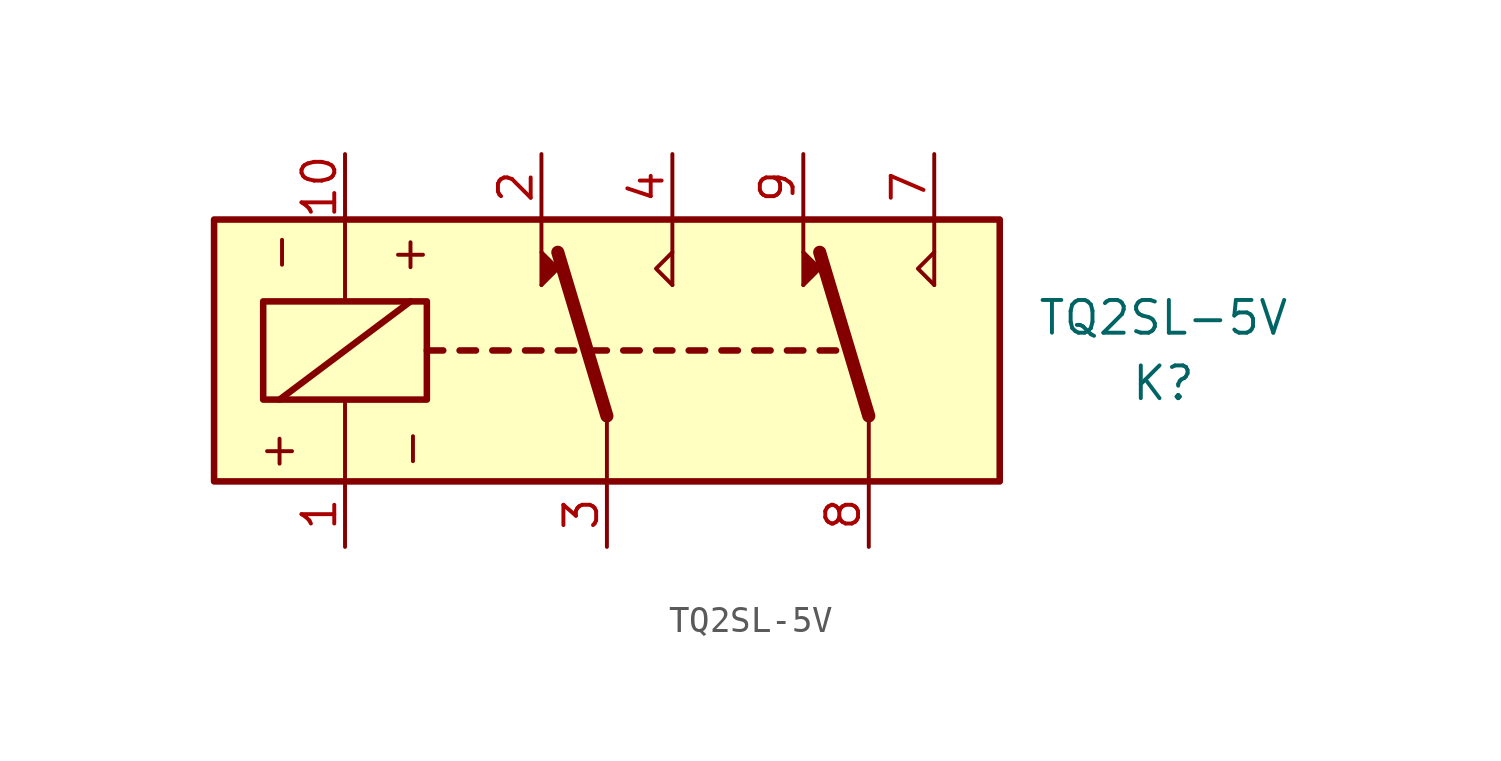
<source format=kicad_sym>
(kicad_symbol_lib
  (version 20220914)
  (generator kicad_symbol_editor)
  (symbol "TQ2SL-5V"
    (pin_names
      (offset 1.016))
    (property "Reference" "K"
      (at 21.59 -1.27 0)
      (effects (font (size 1.27 1.27))))
    (property "Value" "TQ2SL-5V"
      (at 21.59 1.27 0)
      (effects (font (size 1.27 1.27))))
    (symbol "TQ2SL-5V_0_0"
      (text "+" (at -12.7 -3.81 0) (effects (font (size 1.27 1.27))))
      (text "+" (at -7.62 3.81 0) (effects (font (size 1.27 1.27))))
      (text "-" (at -12.7 3.81 900) (effects (font (size 1.27 1.27))))
      (text "-" (at -7.62 -3.81 900) (effects (font (size 1.27 1.27)))))
    (symbol "TQ2SL-5V_1_1"
      (rectangle (start -15.24 5.08) (end 15.24 -5.08) (stroke (width 0.254) (type solid)) (fill (type background)))
      (rectangle (start -13.335 1.905) (end -6.985 -1.905) (stroke (width 0.254) (type solid)) (fill (type none)))
      (polyline (pts (xy -12.7 -1.905) (xy -7.62 1.905)) (stroke (width 0.254) (type solid)) (fill (type none)))
      (polyline (pts (xy -10.16 -5.08) (xy -10.16 -1.905)) (stroke (width 0) (type solid)) (fill (type none)))
      (polyline (pts (xy -10.16 5.08) (xy -10.16 1.905)) (stroke (width 0) (type solid)) (fill (type none)))
      (polyline (pts (xy -6.985 0) (xy -6.35 0)) (stroke (width 0.254) (type solid)) (fill (type none)))
      (polyline (pts (xy -5.715 0) (xy -5.08 0)) (stroke (width 0.254) (type solid)) (fill (type none)))
      (polyline (pts (xy -4.445 0) (xy -3.81 0)) (stroke (width 0.254) (type solid)) (fill (type none)))
      (polyline (pts (xy -3.175 0) (xy -2.54 0)) (stroke (width 0.254) (type solid)) (fill (type none)))
      (polyline (pts (xy -2.54 2.54) (xy -2.54 5.08)) (stroke (width 0) (type solid)) (fill (type none)))
      (polyline (pts (xy -1.905 0) (xy -1.27 0)) (stroke (width 0.254) (type solid)) (fill (type none)))
      (polyline (pts (xy -0.635 0) (xy 0 0)) (stroke (width 0.254) (type solid)) (fill (type none)))
      (polyline (pts (xy 0 -2.54) (xy -1.905 3.81)) (stroke (width 0.508) (type solid)) (fill (type none)))
      (polyline (pts (xy 0 -2.54) (xy 0 -5.08)) (stroke (width 0) (type solid)) (fill (type none)))
      (polyline (pts (xy 0.635 0) (xy 1.27 0)) (stroke (width 0.254) (type solid)) (fill (type none)))
      (polyline (pts (xy 1.905 0) (xy 2.54 0)) (stroke (width 0.254) (type solid)) (fill (type none)))
      (polyline (pts (xy 2.54 2.54) (xy 2.54 5.08)) (stroke (width 0) (type solid)) (fill (type none)))
      (polyline (pts (xy 3.175 0) (xy 3.81 0)) (stroke (width 0.254) (type solid)) (fill (type none)))
      (polyline (pts (xy 4.445 0) (xy 5.08 0)) (stroke (width 0.254) (type solid)) (fill (type none)))
      (polyline (pts (xy 5.715 0) (xy 6.35 0)) (stroke (width 0.254) (type solid)) (fill (type none)))
      (polyline (pts (xy 6.985 0) (xy 7.62 0)) (stroke (width 0.254) (type solid)) (fill (type none)))
      (polyline (pts (xy 7.62 2.54) (xy 7.62 5.08)) (stroke (width 0) (type solid)) (fill (type none)))
      (polyline (pts (xy 8.255 0) (xy 8.89 0)) (stroke (width 0.254) (type solid)) (fill (type none)))
      (polyline (pts (xy 10.16 -2.54) (xy 8.255 3.81)) (stroke (width 0.508) (type solid)) (fill (type none)))
      (polyline (pts (xy 10.16 -2.54) (xy 10.16 -5.08)) (stroke (width 0) (type solid)) (fill (type none)))
      (polyline (pts (xy 12.7 2.54) (xy 12.7 5.08)) (stroke (width 0) (type solid)) (fill (type none)))
      (polyline (pts (xy -2.54 2.54) (xy -1.905 3.175) (xy -2.54 3.81)) (stroke (width 0) (type solid)) (fill (type outline)))
      (polyline (pts (xy 2.54 2.54) (xy 1.905 3.175) (xy 2.54 3.81)) (stroke (width 0) (type solid)) (fill (type none)))
      (polyline (pts (xy 7.62 2.54) (xy 8.255 3.175) (xy 7.62 3.81)) (stroke (width 0) (type solid)) (fill (type outline)))
      (polyline (pts (xy 12.7 2.54) (xy 12.065 3.175) (xy 12.7 3.81)) (stroke (width 0) (type solid)) (fill (type none)))
      (pin passive line (at -10.16 -7.62 90) (length 2.54) (name "~" (effects (font (size 1.27 1.27)))) (number "1" (effects (font (size 1.27 1.27)))))
      (pin passive line (at -10.16 7.62 270) (length 2.54) (name "~" (effects (font (size 1.27 1.27)))) (number "10" (effects (font (size 1.27 1.27)))))
      (pin passive line (at -2.54 7.62 270) (length 2.54) (name "~" (effects (font (size 1.27 1.27)))) (number "2" (effects (font (size 1.27 1.27)))))
      (pin passive line (at 0 -7.62 90) (length 2.54) (name "~" (effects (font (size 1.27 1.27)))) (number "3" (effects (font (size 1.27 1.27)))))
      (pin passive line (at 2.54 7.62 270) (length 2.54) (name "~" (effects (font (size 1.27 1.27)))) (number "4" (effects (font (size 1.27 1.27)))))
      (pin no_connect non_logic (at -5.08 -5.08 270) (length 0) hide (name "~" (effects (font (size 1.27 1.27)))) (number "5" (effects (font (size 1.27 1.27)))))
      (pin no_connect non_logic (at 5.08 -5.08 270) (length 0) hide (name "~" (effects (font (size 1.27 1.27)))) (number "6" (effects (font (size 1.27 1.27)))))
      (pin passive line (at 12.7 7.62 270) (length 2.54) (name "~" (effects (font (size 1.27 1.27)))) (number "7" (effects (font (size 1.27 1.27)))))
      (pin passive line (at 10.16 -7.62 90) (length 2.54) (name "~" (effects (font (size 1.27 1.27)))) (number "8" (effects (font (size 1.27 1.27)))))
      (pin passive line (at 7.62 7.62 270) (length 2.54) (name "~" (effects (font (size 1.27 1.27)))) (number "9" (effects (font (size 1.27 1.27))))))))
</source>
